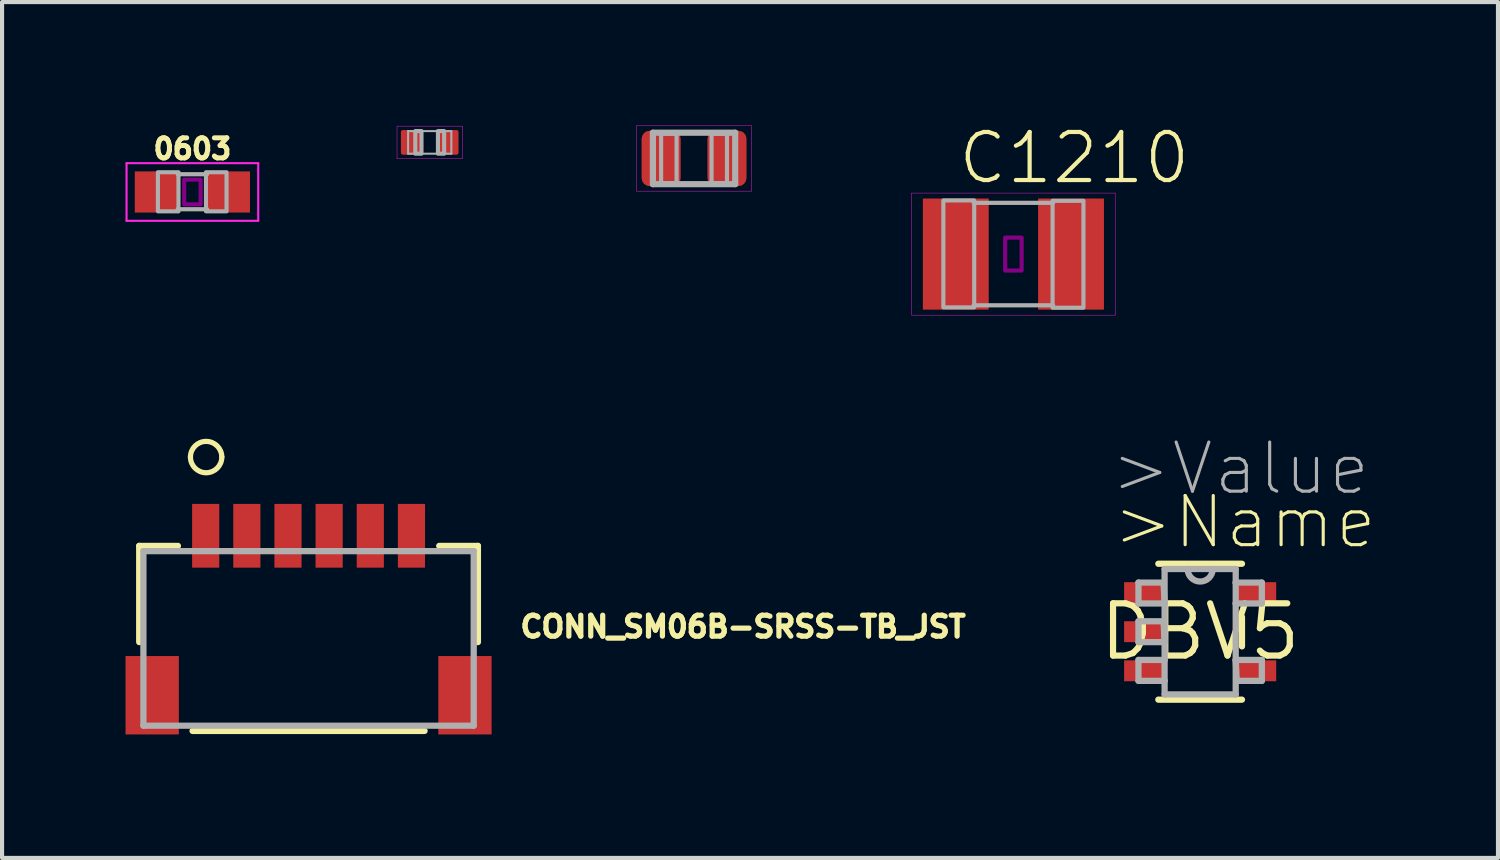
<source format=kicad_pcb>
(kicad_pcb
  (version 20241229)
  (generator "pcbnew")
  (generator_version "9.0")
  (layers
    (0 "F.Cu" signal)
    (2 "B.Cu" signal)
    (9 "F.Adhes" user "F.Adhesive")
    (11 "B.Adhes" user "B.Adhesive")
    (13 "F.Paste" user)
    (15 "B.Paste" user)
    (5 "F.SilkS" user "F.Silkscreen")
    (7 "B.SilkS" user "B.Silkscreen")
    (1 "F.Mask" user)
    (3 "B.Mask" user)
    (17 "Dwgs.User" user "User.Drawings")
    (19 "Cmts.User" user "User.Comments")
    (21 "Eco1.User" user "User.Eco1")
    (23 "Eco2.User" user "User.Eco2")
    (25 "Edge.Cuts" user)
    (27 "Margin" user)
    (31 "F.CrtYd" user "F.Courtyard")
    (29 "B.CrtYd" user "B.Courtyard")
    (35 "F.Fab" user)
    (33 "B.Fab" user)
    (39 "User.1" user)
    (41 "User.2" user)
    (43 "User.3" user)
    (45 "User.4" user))
  (footprint "CONN_SM06B-SRSS-TB_JST"
    (layer "F.Cu")
    (at 4.448 12.476)
    (property "Reference" "CONN_SM06B-SRSS-TB_JST" (at 5.08 0 0) (layer "F.SilkS") (effects (font (size 0.508 0.508) (thickness 0.127)) (justify left bottom)))
    (fp_line (start -4.115 -2.261) (end -4.115 0.076) (stroke (width 0.152) (type solid)) (layer "F.SilkS"))
    (fp_line (start -3.175 -2.261) (end -4.115 -2.261) (stroke (width 0.152) (type solid)) (layer "F.SilkS"))
    (fp_line (start -2.819 2.235) (end 2.819 2.235) (stroke (width 0.152) (type solid)) (layer "F.SilkS"))
    (fp_line (start 4.115 -2.261) (end 3.175 -2.261) (stroke (width 0.152) (type solid)) (layer "F.SilkS"))
    (fp_line (start 4.115 0.076) (end 4.115 -2.261) (stroke (width 0.152) (type solid)) (layer "F.SilkS"))
    (fp_arc (start -2.8702 -4.4196) (mid -2.4892 -4.8006) (end -2.1082 -4.4196) (stroke (width 0.127) (type solid)) (layer "F.SilkS"))
    (fp_arc (start -2.1082 -4.4196) (mid -2.4892 -4.0386) (end -2.8702 -4.4196) (stroke (width 0.127) (type solid)) (layer "F.SilkS"))
    (fp_line (start -4.013 -2.134) (end -4.013 2.108) (stroke (width 0.152) (type solid)) (layer "F.Fab"))
    (fp_line (start -4.013 2.108) (end 4.013 2.108) (stroke (width 0.152) (type solid)) (layer "F.Fab"))
    (fp_line (start 4.013 -2.134) (end -4.013 -2.134) (stroke (width 0.152) (type solid)) (layer "F.Fab"))
    (fp_line (start 4.013 2.108) (end 4.013 -2.134) (stroke (width 0.152) (type solid)) (layer "F.Fab"))
    (pad "1" smd rect (at -2.5 -2.507) (size 0.66 1.549) (layers "F.Cu" "F.Mask" "F.Paste"))
    (pad "2" smd rect (at -1.5 -2.507) (size 0.66 1.549) (layers "F.Cu" "F.Mask" "F.Paste"))
    (pad "3" smd rect (at -0.5 -2.507) (size 0.66 1.549) (layers "F.Cu" "F.Mask" "F.Paste"))
    (pad "4" smd rect (at 0.5 -2.507) (size 0.66 1.549) (layers "F.Cu" "F.Mask" "F.Paste"))
    (pad "5" smd rect (at 1.5 -2.507) (size 0.66 1.549) (layers "F.Cu" "F.Mask" "F.Paste"))
    (pad "6" smd rect (at 2.5 -2.507) (size 0.66 1.549) (layers "F.Cu" "F.Mask" "F.Paste"))
    (pad "7" smd rect (at -3.8 1.368 90) (size 1.905 1.295) (layers "F.Cu" "F.Mask" "F.Paste"))
    (pad "8" smd rect (at 3.8 1.368 90) (size 1.905 1.295) (layers "F.Cu" "F.Mask" "F.Paste")))
  (footprint ".0805-C-NOSILK"
    (layer "F.Cu")
    (at 13.815 0.8)
    (property "Reference" ".0805-C-NOSILK" (at 0 0 0) (layer "F.Mask") (effects (font (size 0.34 0.34) (thickness 0.06))))
    (fp_line (start -1 -0.625) (end 1 -0.625) (stroke (width 0.15) (type solid)) (layer "F.Mask"))
    (fp_line (start -1 0.625) (end -1 -0.625) (stroke (width 0.15) (type solid)) (layer "F.Mask"))
    (fp_line (start 1 -0.625) (end 1 0.625) (stroke (width 0.15) (type solid)) (layer "F.Mask"))
    (fp_line (start 1 0.625) (end -1 0.625) (stroke (width 0.15) (type solid)) (layer "F.Mask"))
    (fp_poly (pts (xy -0.26 0.74) (xy -1.34 0.74) (xy -1.34 -0.74) (xy -0.26 -0.74)) (stroke (width 0.1) (type solid)) (fill no) (layer "F.Mask"))
    (fp_poly (pts (xy 1.34 0.74) (xy 0.26 0.74) (xy 0.26 -0.74) (xy 1.34 -0.74)) (stroke (width 0.1) (type solid)) (fill no) (layer "F.Mask"))
    (fp_line (start -1.395 -0.795) (end -1.395 0.795) (stroke (width 0.01) (type solid)) (layer "F.CrtYd"))
    (fp_line (start -1.395 0.795) (end 1.395 0.795) (stroke (width 0.01) (type solid)) (layer "F.CrtYd"))
    (fp_line (start 1.395 -0.795) (end -1.395 -0.795) (stroke (width 0.01) (type solid)) (layer "F.CrtYd"))
    (fp_line (start 1.395 0.795) (end 1.395 -0.795) (stroke (width 0.01) (type solid)) (layer "F.CrtYd"))
    (fp_line (start -1 -0.625) (end 1 -0.625) (stroke (width 0.15) (type solid)) (layer "F.Fab"))
    (fp_line (start -1 0.625) (end -1 -0.625) (stroke (width 0.15) (type solid)) (layer "F.Fab"))
    (fp_line (start 1 -0.625) (end 1 0.625) (stroke (width 0.15) (type solid)) (layer "F.Fab"))
    (fp_line (start 1 0.625) (end -1 0.625) (stroke (width 0.15) (type solid)) (layer "F.Fab"))
    (fp_poly (pts (xy -0.8 0.6) (xy -0.425 0.6) (xy -0.425 -0.6) (xy -0.8 -0.6)) (stroke (width 0.1) (type solid)) (fill no) (layer "F.Fab"))
    (fp_poly (pts (xy 0.425 0.6) (xy 0.8 0.6) (xy 0.8 -0.6) (xy 0.425 -0.6)) (stroke (width 0.1) (type solid)) (fill no) (layer "F.Fab"))
    (pad "1" smd roundrect (at -0.8 0) (size 0.95 1.35) (layers "F.Cu" "F.Paste") (roundrect_rratio 0.21))
    (pad "2" smd roundrect (at 0.8 0) (size 0.95 1.35) (layers "F.Cu" "F.Paste") (roundrect_rratio 0.21)))
  (footprint "C1210"
    (layer "F.Cu")
    (at 21.575 3.124)
    (property "Reference" "C1210" (at -1.397 -1.651 0) (layer "F.SilkS") (effects (font (size 1.168 1.168) (thickness 0.102)) (justify left bottom)))
    (fp_poly (pts (xy -0.2 0.4) (xy 0.2 0.4) (xy 0.2 -0.4) (xy -0.2 -0.4)) (stroke (width 0.1) (type solid)) (fill no) (layer "F.Adhes"))
    (fp_line (start -2.473 -1.483) (end 2.473 -1.483) (stroke (width 0.01) (type solid)) (layer "F.CrtYd"))
    (fp_line (start -2.473 1.483) (end -2.473 -1.483) (stroke (width 0.01) (type solid)) (layer "F.CrtYd"))
    (fp_line (start 2.473 -1.483) (end 2.473 1.483) (stroke (width 0.01) (type solid)) (layer "F.CrtYd"))
    (fp_line (start 2.473 1.483) (end -2.473 1.483) (stroke (width 0.01) (type solid)) (layer "F.CrtYd"))
    (fp_line (start -0.965 -1.245) (end 0.965 -1.245) (stroke (width 0.102) (type solid)) (layer "F.Fab"))
    (fp_line (start -0.965 1.245) (end 0.965 1.245) (stroke (width 0.102) (type solid)) (layer "F.Fab"))
    (fp_poly (pts (xy -1.702 1.295) (xy -0.952 1.295) (xy -0.952 -1.304) (xy -1.702 -1.304)) (stroke (width 0.1) (type solid)) (fill no) (layer "F.Fab"))
    (fp_poly (pts (xy 0.952 1.304) (xy 1.702 1.304) (xy 1.702 -1.295) (xy 0.952 -1.295)) (stroke (width 0.1) (type solid)) (fill no) (layer "F.Fab"))
    (pad "1" smd rect (at -1.4 0) (size 1.6 2.7) (layers "F.Cu" "F.Mask" "F.Paste"))
    (pad "2" smd rect (at 1.4 0) (size 1.6 2.7) (layers "F.Cu" "F.Mask" "F.Paste")))
  (footprint "DBV5"
    (layer "F.Cu")
    (at 26.113 12.3)
    (property "Reference" "DBV5" (at 0 0 0) (layer "F.SilkS") (effects (font (size 1.27 1.27) (thickness 0.15))))
    (fp_line (start -1.016 1.651) (end 1.016 1.651) (stroke (width 0.152) (type solid)) (layer "F.SilkS"))
    (fp_line (start 1.016 -1.651) (end -1.016 -1.651) (stroke (width 0.152) (type solid)) (layer "F.SilkS"))
    (fp_line (start 1.016 0.356) (end 1.016 -0.356) (stroke (width 0.152) (type solid)) (layer "F.SilkS"))
    (fp_line (start -1.499 -1.194) (end -1.499 -0.686) (stroke (width 0.152) (type solid)) (layer "F.Fab"))
    (fp_line (start -1.499 -0.686) (end -0.864 -0.686) (stroke (width 0.152) (type solid)) (layer "F.Fab"))
    (fp_line (start -1.499 -0.254) (end -1.499 0.254) (stroke (width 0.152) (type solid)) (layer "F.Fab"))
    (fp_line (start -1.499 0.254) (end -0.864 0.254) (stroke (width 0.152) (type solid)) (layer "F.Fab"))
    (fp_line (start -1.499 0.686) (end -1.499 1.194) (stroke (width 0.152) (type solid)) (layer "F.Fab"))
    (fp_line (start -1.499 1.194) (end -0.864 1.194) (stroke (width 0.152) (type solid)) (layer "F.Fab"))
    (fp_line (start -0.889 -1.194) (end -1.499 -1.194) (stroke (width 0.152) (type solid)) (layer "F.Fab"))
    (fp_line (start -0.889 -0.254) (end -1.499 -0.254) (stroke (width 0.152) (type solid)) (layer "F.Fab"))
    (fp_line (start -0.864 -1.524) (end -0.864 -0.686) (stroke (width 0.152) (type solid)) (layer "F.Fab"))
    (fp_line (start -0.864 -0.686) (end -0.889 -1.194) (stroke (width 0.152) (type solid)) (layer "F.Fab"))
    (fp_line (start -0.864 -0.686) (end -0.864 0.254) (stroke (width 0.152) (type solid)) (layer "F.Fab"))
    (fp_line (start -0.864 0.254) (end -0.889 -0.254) (stroke (width 0.152) (type solid)) (layer "F.Fab"))
    (fp_line (start -0.864 0.254) (end -0.864 0.686) (stroke (width 0.152) (type solid)) (layer "F.Fab"))
    (fp_line (start -0.864 0.686) (end -1.499 0.686) (stroke (width 0.152) (type solid)) (layer "F.Fab"))
    (fp_line (start -0.864 1.194) (end -0.864 0.686) (stroke (width 0.152) (type solid)) (layer "F.Fab"))
    (fp_line (start -0.864 1.524) (end -0.864 1.194) (stroke (width 0.152) (type solid)) (layer "F.Fab"))
    (fp_line (start -0.864 1.524) (end 0.864 1.524) (stroke (width 0.152) (type solid)) (layer "F.Fab"))
    (fp_line (start -0.305 -1.524) (end -0.864 -1.524) (stroke (width 0.152) (type solid)) (layer "F.Fab"))
    (fp_line (start 0.305 -1.524) (end -0.305 -1.524) (stroke (width 0.152) (type solid)) (layer "F.Fab"))
    (fp_line (start 0.864 -1.524) (end 0.305 -1.524) (stroke (width 0.152) (type solid)) (layer "F.Fab"))
    (fp_line (start 0.864 -1.524) (end 0.864 -1.194) (stroke (width 0.152) (type solid)) (layer "F.Fab"))
    (fp_line (start 0.864 -1.194) (end 0.864 -0.686) (stroke (width 0.152) (type solid)) (layer "F.Fab"))
    (fp_line (start 0.864 -0.686) (end 1.499 -0.686) (stroke (width 0.152) (type solid)) (layer "F.Fab"))
    (fp_line (start 0.864 0.686) (end 0.864 -0.686) (stroke (width 0.152) (type solid)) (layer "F.Fab"))
    (fp_line (start 0.864 0.686) (end 0.889 1.194) (stroke (width 0.152) (type solid)) (layer "F.Fab"))
    (fp_line (start 0.864 1.524) (end 0.864 0.686) (stroke (width 0.152) (type solid)) (layer "F.Fab"))
    (fp_line (start 0.889 1.194) (end 1.499 1.194) (stroke (width 0.152) (type solid)) (layer "F.Fab"))
    (fp_line (start 1.499 -1.194) (end 0.864 -1.194) (stroke (width 0.152) (type solid)) (layer "F.Fab"))
    (fp_line (start 1.499 -0.686) (end 1.499 -1.194) (stroke (width 0.152) (type solid)) (layer "F.Fab"))
    (fp_line (start 1.499 0.686) (end 0.864 0.686) (stroke (width 0.152) (type solid)) (layer "F.Fab"))
    (fp_line (start 1.499 1.194) (end 1.499 0.686) (stroke (width 0.152) (type solid)) (layer "F.Fab"))
    (fp_arc (start 0.3048 -1.524) (mid 0 -1.2192) (end -0.3048 -1.524) (stroke (width 0.1524) (type solid)) (layer "F.Fab"))
    (fp_text user ">Name" (at -2.177 -1.965 0) (layer "F.SilkS") (effects (font (size 1.194 1.194) (thickness 0.076)) (justify left bottom)))
    (fp_text user ">Value" (at -2.227 -3.265 0) (layer "F.Fab") (effects (font (size 1.194 1.194) (thickness 0.076)) (justify left bottom)))
    (pad "1" smd rect (at -1.362 -0.95) (size 0.972 0.508) (layers "F.Cu" "F.Mask" "F.Paste"))
    (pad "2" smd rect (at -1.362 0) (size 0.972 0.508) (layers "F.Cu" "F.Mask" "F.Paste"))
    (pad "3" smd rect (at -1.362 0.95) (size 0.972 0.508) (layers "F.Cu" "F.Mask" "F.Paste"))
    (pad "4" smd rect (at 1.362 0.95) (size 0.972 0.508) (layers "F.Cu" "F.Mask" "F.Paste"))
    (pad "5" smd rect (at 1.362 -0.95) (size 0.972 0.508) (layers "F.Cu" "F.Mask" "F.Paste")))
  (footprint "0603"
    (layer "F.Cu")
    (at 1.625 1.615)
    (property "Reference" "0603" (at 0 -0.762 0) (layer "F.SilkS") (effects (font (size 0.488 0.488) (thickness 0.122)) (justify bottom)))
    (fp_poly (pts (xy -0.2 0.3) (xy 0.2 0.3) (xy 0.2 -0.3) (xy -0.2 -0.3)) (stroke (width 0.1) (type solid)) (fill no) (layer "F.Adhes"))
    (fp_line (start -1.6 -0.7) (end 1.6 -0.7) (stroke (width 0.051) (type solid)) (layer "F.CrtYd"))
    (fp_line (start -1.6 0.7) (end -1.6 -0.7) (stroke (width 0.051) (type solid)) (layer "F.CrtYd"))
    (fp_line (start 1.6 -0.7) (end 1.6 0.7) (stroke (width 0.051) (type solid)) (layer "F.CrtYd"))
    (fp_line (start 1.6 0.7) (end -1.6 0.7) (stroke (width 0.051) (type solid)) (layer "F.CrtYd"))
    (fp_line (start -0.356 -0.432) (end 0.356 -0.432) (stroke (width 0.102) (type solid)) (layer "F.Fab"))
    (fp_line (start -0.356 0.419) (end 0.356 0.419) (stroke (width 0.102) (type solid)) (layer "F.Fab"))
    (fp_poly (pts (xy -0.838 0.47) (xy -0.338 0.47) (xy -0.338 -0.48) (xy -0.838 -0.48)) (stroke (width 0.1) (type solid)) (fill no) (layer "F.Fab"))
    (fp_poly (pts (xy 0.33 0.47) (xy 0.83 0.47) (xy 0.83 -0.48) (xy 0.33 -0.48)) (stroke (width 0.1) (type solid)) (fill no) (layer "F.Fab"))
    (pad "1" smd rect (at -0.85 0) (size 1.1 1) (layers "F.Cu" "F.Mask" "F.Paste"))
    (pad "2" smd rect (at 0.85 0) (size 1.1 1) (layers "F.Cu" "F.Mask" "F.Paste")))
  (footprint ".0402-C-NOSILK"
    (layer "F.Cu")
    (at 7.392 0.41)
    (property "Reference" ".0402-C-NOSILK" (at 0 0 0) (layer "F.Mask") (effects (font (size 0.17 0.17) (thickness 0.03))))
    (fp_line (start -0.525 -0.275) (end 0.525 -0.275) (stroke (width 0.05) (type solid)) (layer "F.Mask"))
    (fp_line (start -0.525 0.275) (end -0.525 -0.275) (stroke (width 0.05) (type solid)) (layer "F.Mask"))
    (fp_line (start 0.525 -0.275) (end 0.525 0.275) (stroke (width 0.05) (type solid)) (layer "F.Mask"))
    (fp_line (start 0.525 0.275) (end -0.525 0.275) (stroke (width 0.05) (type solid)) (layer "F.Mask"))
    (fp_poly (pts (xy -0.76 0.36) (xy -0.14 0.36) (xy -0.14 -0.36) (xy -0.76 -0.36)) (stroke (width 0.1) (type solid)) (fill no) (layer "F.Mask"))
    (fp_poly (pts (xy 0.14 0.36) (xy 0.76 0.36) (xy 0.76 -0.36) (xy 0.14 -0.36)) (stroke (width 0.1) (type solid)) (fill no) (layer "F.Mask"))
    (fp_line (start -0.795 -0.395) (end -0.795 0.395) (stroke (width 0.01) (type solid)) (layer "F.CrtYd"))
    (fp_line (start -0.795 0.395) (end 0.795 0.395) (stroke (width 0.01) (type solid)) (layer "F.CrtYd"))
    (fp_line (start 0.795 -0.395) (end -0.795 -0.395) (stroke (width 0.01) (type solid)) (layer "F.CrtYd"))
    (fp_line (start 0.795 0.395) (end 0.795 -0.395) (stroke (width 0.01) (type solid)) (layer "F.CrtYd"))
    (fp_line (start -0.525 -0.275) (end 0.525 -0.275) (stroke (width 0.05) (type solid)) (layer "F.Fab"))
    (fp_line (start -0.525 0.275) (end -0.525 -0.275) (stroke (width 0.05) (type solid)) (layer "F.Fab"))
    (fp_line (start 0.525 -0.275) (end 0.525 0.275) (stroke (width 0.05) (type solid)) (layer "F.Fab"))
    (fp_line (start 0.525 0.275) (end -0.525 0.275) (stroke (width 0.05) (type solid)) (layer "F.Fab"))
    (fp_poly (pts (xy -0.35 0.275) (xy -0.2 0.275) (xy -0.2 -0.275) (xy -0.35 -0.275)) (stroke (width 0.1) (type solid)) (fill no) (layer "F.Fab"))
    (fp_poly (pts (xy 0.2 0.275) (xy 0.35 0.275) (xy 0.35 -0.275) (xy 0.2 -0.275)) (stroke (width 0.1) (type solid)) (fill no) (layer "F.Fab"))
    (pad "1" smd roundrect (at -0.45 0) (size 0.5 0.6) (layers "F.Cu" "F.Paste") (roundrect_rratio 0.1))
    (pad "2" smd roundrect (at 0.45 0) (size 0.5 0.6) (layers "F.Cu" "F.Paste") (roundrect_rratio 0.1)))
  (gr_rect
    (start -3 -3)
    (end 33.35 17.797)
    (stroke (width 0.1) (type default))
    (fill no)
    (layer "Edge.Cuts")))
</source>
